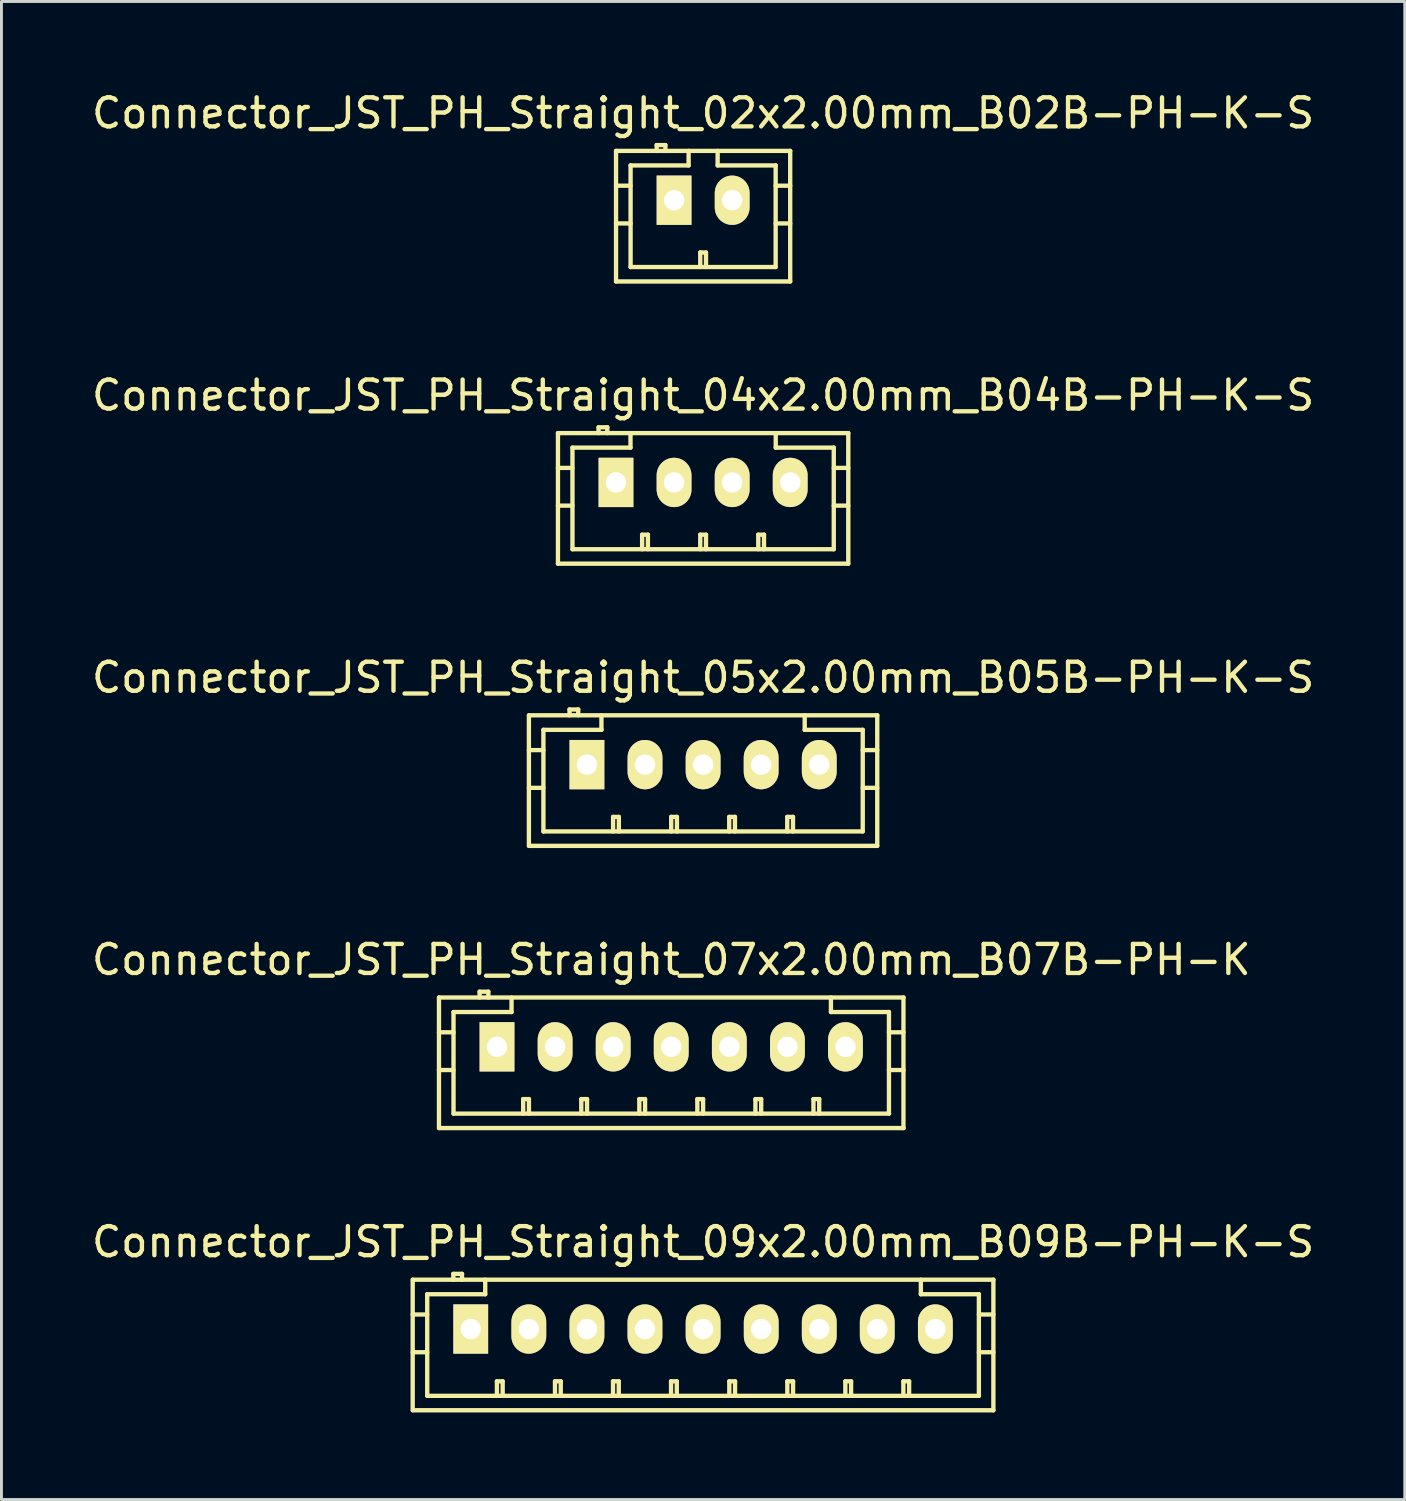
<source format=kicad_pcb>
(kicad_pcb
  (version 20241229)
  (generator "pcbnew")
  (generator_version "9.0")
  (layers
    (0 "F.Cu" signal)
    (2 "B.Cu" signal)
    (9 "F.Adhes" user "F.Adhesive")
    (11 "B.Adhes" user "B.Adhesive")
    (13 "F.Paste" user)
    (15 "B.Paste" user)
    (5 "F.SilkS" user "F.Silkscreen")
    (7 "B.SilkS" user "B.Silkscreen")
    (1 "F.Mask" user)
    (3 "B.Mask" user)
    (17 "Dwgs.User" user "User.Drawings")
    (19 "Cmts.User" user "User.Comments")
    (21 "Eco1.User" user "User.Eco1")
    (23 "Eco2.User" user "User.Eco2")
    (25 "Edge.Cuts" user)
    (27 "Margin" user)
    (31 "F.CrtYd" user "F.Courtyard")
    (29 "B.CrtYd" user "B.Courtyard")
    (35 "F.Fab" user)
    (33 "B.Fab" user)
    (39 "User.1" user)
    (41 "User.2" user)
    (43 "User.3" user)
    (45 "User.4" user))
  (footprint "Connector_JST_PH_Straight_04x2.00mm_B04B-PH-K-S"
    (layer "F.Cu")
    (at 18.173 13.57)
    (property "Reference" "Connector_JST_PH_Straight_04x2.00mm_B04B-PH-K-S" (at 3 -3 0) (layer "F.SilkS") (effects (font (size 1 1) (thickness 0.15))))
    (attr through_hole)
    (fp_line (start -2.001 -1.699) (end -2.001 2.799) (stroke (width 0.15) (type solid)) (layer "F.SilkS"))
    (fp_line (start -2.001 -1.699) (end 8.001 -1.699) (stroke (width 0.15) (type solid)) (layer "F.SilkS"))
    (fp_line (start -2.001 2.799) (end 8.001 2.799) (stroke (width 0.15) (type solid)) (layer "F.SilkS"))
    (fp_line (start -1.501 -1.199) (end -1.501 2.301) (stroke (width 0.15) (type solid)) (layer "F.SilkS"))
    (fp_line (start -1.501 -0.5) (end -2.001 -0.5) (stroke (width 0.15) (type solid)) (layer "F.SilkS"))
    (fp_line (start -1.501 0.8) (end -2.001 0.8) (stroke (width 0.15) (type solid)) (layer "F.SilkS"))
    (fp_line (start -0.602 -1.9) (end -0.602 -1.699) (stroke (width 0.15) (type solid)) (layer "F.SilkS"))
    (fp_line (start -0.302 -1.9) (end -0.602 -1.9) (stroke (width 0.15) (type solid)) (layer "F.SilkS"))
    (fp_line (start -0.302 -1.699) (end -0.302 -1.9) (stroke (width 0.15) (type solid)) (layer "F.SilkS"))
    (fp_line (start 0.498 -1.699) (end 0.498 -1.199) (stroke (width 0.15) (type solid)) (layer "F.SilkS"))
    (fp_line (start 0.498 -1.199) (end -1.501 -1.199) (stroke (width 0.15) (type solid)) (layer "F.SilkS"))
    (fp_line (start 0.899 1.801) (end 1.098 1.801) (stroke (width 0.15) (type solid)) (layer "F.SilkS"))
    (fp_line (start 0.899 2.301) (end 0.899 1.801) (stroke (width 0.15) (type solid)) (layer "F.SilkS"))
    (fp_line (start 1.098 1.801) (end 1.098 2.301) (stroke (width 0.15) (type solid)) (layer "F.SilkS"))
    (fp_line (start 2.901 1.801) (end 3.099 1.801) (stroke (width 0.15) (type solid)) (layer "F.SilkS"))
    (fp_line (start 2.901 2.301) (end 2.901 1.801) (stroke (width 0.15) (type solid)) (layer "F.SilkS"))
    (fp_line (start 3.099 1.801) (end 3.099 2.301) (stroke (width 0.15) (type solid)) (layer "F.SilkS"))
    (fp_line (start 4.9 1.801) (end 5.098 1.801) (stroke (width 0.15) (type solid)) (layer "F.SilkS"))
    (fp_line (start 4.9 2.301) (end 4.9 1.801) (stroke (width 0.15) (type solid)) (layer "F.SilkS"))
    (fp_line (start 5.098 1.801) (end 5.098 2.301) (stroke (width 0.15) (type solid)) (layer "F.SilkS"))
    (fp_line (start 5.502 -1.199) (end 5.502 -1.699) (stroke (width 0.15) (type solid)) (layer "F.SilkS"))
    (fp_line (start 7.501 -1.199) (end 5.502 -1.199) (stroke (width 0.15) (type solid)) (layer "F.SilkS"))
    (fp_line (start 7.501 0.8) (end 8.001 0.8) (stroke (width 0.15) (type solid)) (layer "F.SilkS"))
    (fp_line (start 7.501 2.301) (end -1.501 2.301) (stroke (width 0.15) (type solid)) (layer "F.SilkS"))
    (fp_line (start 7.501 2.301) (end 7.501 -1.199) (stroke (width 0.15) (type solid)) (layer "F.SilkS"))
    (fp_line (start 8.001 -1.699) (end 8.001 2.799) (stroke (width 0.15) (type solid)) (layer "F.SilkS"))
    (fp_line (start 8.001 -0.5) (end 7.501 -0.5) (stroke (width 0.15) (type solid)) (layer "F.SilkS"))
    (pad "1" thru_hole rect (at -0.002 0) (size 1.199 1.699) (drill 0.701) (layers "*.Cu" "*.Mask" "F.SilkS"))
    (pad "2" thru_hole oval (at 1.999 0) (size 1.199 1.699) (drill 0.701) (layers "*.Cu" "*.Mask" "F.SilkS"))
    (pad "3" thru_hole oval (at 4.001 0) (size 1.199 1.699) (drill 0.701) (layers "*.Cu" "*.Mask" "F.SilkS"))
    (pad "4" thru_hole oval (at 6 0) (size 1.199 1.699) (drill 0.701) (layers "*.Cu" "*.Mask" "F.SilkS")))
  (footprint "Connector_JST_PH_Straight_07x2.00mm_B07B-PH-K"
    (layer "F.Cu")
    (at 14.077 33.014)
    (property "Reference" "Connector_JST_PH_Straight_07x2.00mm_B07B-PH-K" (at 6 -3 0) (layer "F.SilkS") (effects (font (size 1 1) (thickness 0.15))))
    (attr through_hole)
    (fp_line (start -2.004 -1.699) (end -2.004 2.799) (stroke (width 0.15) (type solid)) (layer "F.SilkS"))
    (fp_line (start -2.001 -1.699) (end 14.001 -1.699) (stroke (width 0.15) (type solid)) (layer "F.SilkS"))
    (fp_line (start -2.001 2.799) (end 14.001 2.799) (stroke (width 0.15) (type solid)) (layer "F.SilkS"))
    (fp_line (start -1.503 -1.199) (end -1.503 2.301) (stroke (width 0.15) (type solid)) (layer "F.SilkS"))
    (fp_line (start -1.503 -0.5) (end -2.004 -0.5) (stroke (width 0.15) (type solid)) (layer "F.SilkS"))
    (fp_line (start -1.503 0.8) (end -2.004 0.8) (stroke (width 0.15) (type solid)) (layer "F.SilkS"))
    (fp_line (start -0.604 -1.9) (end -0.604 -1.699) (stroke (width 0.15) (type solid)) (layer "F.SilkS"))
    (fp_line (start -0.304 -1.9) (end -0.604 -1.9) (stroke (width 0.15) (type solid)) (layer "F.SilkS"))
    (fp_line (start -0.304 -1.699) (end -0.304 -1.9) (stroke (width 0.15) (type solid)) (layer "F.SilkS"))
    (fp_line (start 0.496 -1.699) (end 0.496 -1.199) (stroke (width 0.15) (type solid)) (layer "F.SilkS"))
    (fp_line (start 0.496 -1.199) (end -1.503 -1.199) (stroke (width 0.15) (type solid)) (layer "F.SilkS"))
    (fp_line (start 0.897 1.801) (end 1.095 1.801) (stroke (width 0.15) (type solid)) (layer "F.SilkS"))
    (fp_line (start 0.897 2.301) (end 0.897 1.801) (stroke (width 0.15) (type solid)) (layer "F.SilkS"))
    (fp_line (start 1.095 1.801) (end 1.095 2.301) (stroke (width 0.15) (type solid)) (layer "F.SilkS"))
    (fp_line (start 2.899 1.801) (end 3.097 1.801) (stroke (width 0.15) (type solid)) (layer "F.SilkS"))
    (fp_line (start 2.899 2.301) (end 2.899 1.801) (stroke (width 0.15) (type solid)) (layer "F.SilkS"))
    (fp_line (start 3.097 1.801) (end 3.097 2.301) (stroke (width 0.15) (type solid)) (layer "F.SilkS"))
    (fp_line (start 4.898 1.801) (end 5.096 1.801) (stroke (width 0.15) (type solid)) (layer "F.SilkS"))
    (fp_line (start 4.898 2.301) (end 4.898 1.801) (stroke (width 0.15) (type solid)) (layer "F.SilkS"))
    (fp_line (start 5.096 1.801) (end 5.096 2.301) (stroke (width 0.15) (type solid)) (layer "F.SilkS"))
    (fp_line (start 6.897 1.801) (end 7.095 1.801) (stroke (width 0.15) (type solid)) (layer "F.SilkS"))
    (fp_line (start 6.897 2.301) (end 6.897 1.801) (stroke (width 0.15) (type solid)) (layer "F.SilkS"))
    (fp_line (start 7.095 1.801) (end 7.095 2.301) (stroke (width 0.15) (type solid)) (layer "F.SilkS"))
    (fp_line (start 8.898 1.801) (end 9.096 1.801) (stroke (width 0.15) (type solid)) (layer "F.SilkS"))
    (fp_line (start 8.898 2.301) (end 8.898 1.801) (stroke (width 0.15) (type solid)) (layer "F.SilkS"))
    (fp_line (start 9.096 1.801) (end 9.096 2.301) (stroke (width 0.15) (type solid)) (layer "F.SilkS"))
    (fp_line (start 10.897 1.801) (end 11.095 1.801) (stroke (width 0.15) (type solid)) (layer "F.SilkS"))
    (fp_line (start 10.897 2.301) (end 10.897 1.801) (stroke (width 0.15) (type solid)) (layer "F.SilkS"))
    (fp_line (start 11.095 1.801) (end 11.095 2.301) (stroke (width 0.15) (type solid)) (layer "F.SilkS"))
    (fp_line (start 11.499 -1.199) (end 11.499 -1.699) (stroke (width 0.15) (type solid)) (layer "F.SilkS"))
    (fp_line (start 13.498 -1.199) (end 11.499 -1.199) (stroke (width 0.15) (type solid)) (layer "F.SilkS"))
    (fp_line (start 13.498 0.8) (end 13.998 0.8) (stroke (width 0.15) (type solid)) (layer "F.SilkS"))
    (fp_line (start 13.498 2.301) (end 13.498 -1.199) (stroke (width 0.15) (type solid)) (layer "F.SilkS"))
    (fp_line (start 13.501 2.301) (end -1.501 2.301) (stroke (width 0.15) (type solid)) (layer "F.SilkS"))
    (fp_line (start 13.998 -1.699) (end 13.998 2.799) (stroke (width 0.15) (type solid)) (layer "F.SilkS"))
    (fp_line (start 13.998 -0.5) (end 13.498 -0.5) (stroke (width 0.15) (type solid)) (layer "F.SilkS"))
    (pad "1" thru_hole rect (at -0.005 0) (size 1.199 1.699) (drill 0.701) (layers "*.Cu" "*.Mask" "F.SilkS"))
    (pad "2" thru_hole oval (at 1.997 0) (size 1.199 1.699) (drill 0.701) (layers "*.Cu" "*.Mask" "F.SilkS"))
    (pad "3" thru_hole oval (at 3.998 0) (size 1.199 1.699) (drill 0.701) (layers "*.Cu" "*.Mask" "F.SilkS"))
    (pad "4" thru_hole oval (at 5.997 0) (size 1.199 1.699) (drill 0.701) (layers "*.Cu" "*.Mask" "F.SilkS"))
    (pad "5" thru_hole oval (at 7.999 0) (size 1.199 1.699) (drill 0.701) (layers "*.Cu" "*.Mask" "F.SilkS"))
    (pad "6" thru_hole oval (at 10.001 0) (size 1.199 1.699) (drill 0.701) (layers "*.Cu" "*.Mask" "F.SilkS"))
    (pad "7" thru_hole oval (at 11.999 0) (size 1.199 1.699) (drill 0.701) (layers "*.Cu" "*.Mask" "F.SilkS")))
  (footprint "Connector_JST_PH_Straight_09x2.00mm_B09B-PH-K-S"
    (layer "F.Cu")
    (at 13.173 42.736)
    (property "Reference" "Connector_JST_PH_Straight_09x2.00mm_B09B-PH-K-S" (at 8 -3 0) (layer "F.SilkS") (effects (font (size 1 1) (thickness 0.15))))
    (attr through_hole)
    (fp_line (start -2.005 -1.699) (end -2.005 2.799) (stroke (width 0.15) (type solid)) (layer "F.SilkS"))
    (fp_line (start -1.505 -1.199) (end -1.505 2.301) (stroke (width 0.15) (type solid)) (layer "F.SilkS"))
    (fp_line (start -1.505 -0.5) (end -2.005 -0.5) (stroke (width 0.15) (type solid)) (layer "F.SilkS"))
    (fp_line (start -1.505 0.8) (end -2.005 0.8) (stroke (width 0.15) (type solid)) (layer "F.SilkS"))
    (fp_line (start -1.5 2.301) (end 17.5 2.301) (stroke (width 0.15) (type solid)) (layer "F.SilkS"))
    (fp_line (start -0.606 -1.9) (end -0.606 -1.699) (stroke (width 0.15) (type solid)) (layer "F.SilkS"))
    (fp_line (start -0.306 -1.9) (end -0.606 -1.9) (stroke (width 0.15) (type solid)) (layer "F.SilkS"))
    (fp_line (start -0.306 -1.699) (end -0.306 -1.9) (stroke (width 0.15) (type solid)) (layer "F.SilkS"))
    (fp_line (start 0.494 -1.699) (end 0.494 -1.199) (stroke (width 0.15) (type solid)) (layer "F.SilkS"))
    (fp_line (start 0.494 -1.199) (end -1.505 -1.199) (stroke (width 0.15) (type solid)) (layer "F.SilkS"))
    (fp_line (start 0.896 1.801) (end 1.094 1.801) (stroke (width 0.15) (type solid)) (layer "F.SilkS"))
    (fp_line (start 0.896 2.301) (end 0.896 1.801) (stroke (width 0.15) (type solid)) (layer "F.SilkS"))
    (fp_line (start 1.094 1.801) (end 1.094 2.301) (stroke (width 0.15) (type solid)) (layer "F.SilkS"))
    (fp_line (start 2.897 1.801) (end 3.095 1.801) (stroke (width 0.15) (type solid)) (layer "F.SilkS"))
    (fp_line (start 2.897 2.301) (end 2.897 1.801) (stroke (width 0.15) (type solid)) (layer "F.SilkS"))
    (fp_line (start 3.095 1.801) (end 3.095 2.301) (stroke (width 0.15) (type solid)) (layer "F.SilkS"))
    (fp_line (start 4.896 1.801) (end 5.094 1.801) (stroke (width 0.15) (type solid)) (layer "F.SilkS"))
    (fp_line (start 4.896 2.301) (end 4.896 1.801) (stroke (width 0.15) (type solid)) (layer "F.SilkS"))
    (fp_line (start 5.094 1.801) (end 5.094 2.301) (stroke (width 0.15) (type solid)) (layer "F.SilkS"))
    (fp_line (start 6.895 1.801) (end 7.093 1.801) (stroke (width 0.15) (type solid)) (layer "F.SilkS"))
    (fp_line (start 6.895 2.301) (end 6.895 1.801) (stroke (width 0.15) (type solid)) (layer "F.SilkS"))
    (fp_line (start 7.093 1.801) (end 7.093 2.301) (stroke (width 0.15) (type solid)) (layer "F.SilkS"))
    (fp_line (start 8.902 1.801) (end 9.1 1.801) (stroke (width 0.15) (type solid)) (layer "F.SilkS"))
    (fp_line (start 8.902 2.301) (end 8.902 1.801) (stroke (width 0.15) (type solid)) (layer "F.SilkS"))
    (fp_line (start 9.1 1.801) (end 9.1 2.301) (stroke (width 0.15) (type solid)) (layer "F.SilkS"))
    (fp_line (start 10.901 1.801) (end 11.099 1.801) (stroke (width 0.15) (type solid)) (layer "F.SilkS"))
    (fp_line (start 10.901 2.301) (end 10.901 1.801) (stroke (width 0.15) (type solid)) (layer "F.SilkS"))
    (fp_line (start 11.099 1.801) (end 11.099 2.301) (stroke (width 0.15) (type solid)) (layer "F.SilkS"))
    (fp_line (start 12.9 1.801) (end 13.098 1.801) (stroke (width 0.15) (type solid)) (layer "F.SilkS"))
    (fp_line (start 12.9 2.301) (end 12.9 1.801) (stroke (width 0.15) (type solid)) (layer "F.SilkS"))
    (fp_line (start 13.098 1.801) (end 13.098 2.301) (stroke (width 0.15) (type solid)) (layer "F.SilkS"))
    (fp_line (start 14.899 1.801) (end 15.097 1.801) (stroke (width 0.15) (type solid)) (layer "F.SilkS"))
    (fp_line (start 14.899 2.301) (end 14.899 1.801) (stroke (width 0.15) (type solid)) (layer "F.SilkS"))
    (fp_line (start 15.097 1.801) (end 15.097 2.301) (stroke (width 0.15) (type solid)) (layer "F.SilkS"))
    (fp_line (start 15.501 -1.199) (end 15.501 -1.699) (stroke (width 0.15) (type solid)) (layer "F.SilkS"))
    (fp_line (start 17.5 -1.199) (end 15.501 -1.199) (stroke (width 0.15) (type solid)) (layer "F.SilkS"))
    (fp_line (start 17.5 0.8) (end 18 0.8) (stroke (width 0.15) (type solid)) (layer "F.SilkS"))
    (fp_line (start 17.5 2.301) (end 17.5 -1.199) (stroke (width 0.15) (type solid)) (layer "F.SilkS"))
    (fp_line (start 18 -1.699) (end -2 -1.699) (stroke (width 0.15) (type solid)) (layer "F.SilkS"))
    (fp_line (start 18 -1.699) (end 18 2.799) (stroke (width 0.15) (type solid)) (layer "F.SilkS"))
    (fp_line (start 18 -0.5) (end 17.5 -0.5) (stroke (width 0.15) (type solid)) (layer "F.SilkS"))
    (fp_line (start 18 2.799) (end -2 2.799) (stroke (width 0.15) (type solid)) (layer "F.SilkS"))
    (pad "1" thru_hole rect (at -0.006 0) (size 1.199 1.699) (drill 0.701) (layers "*.Cu" "*.Mask" "F.SilkS"))
    (pad "2" thru_hole oval (at 1.995 0) (size 1.199 1.699) (drill 0.701) (layers "*.Cu" "*.Mask" "F.SilkS"))
    (pad "3" thru_hole oval (at 3.997 0) (size 1.199 1.699) (drill 0.701) (layers "*.Cu" "*.Mask" "F.SilkS"))
    (pad "4" thru_hole oval (at 5.996 0) (size 1.199 1.699) (drill 0.701) (layers "*.Cu" "*.Mask" "F.SilkS"))
    (pad "5" thru_hole oval (at 8 0) (size 1.199 1.699) (drill 0.701) (layers "*.Cu" "*.Mask" "F.SilkS"))
    (pad "6" thru_hole oval (at 10.002 0) (size 1.199 1.699) (drill 0.701) (layers "*.Cu" "*.Mask" "F.SilkS"))
    (pad "7" thru_hole oval (at 12.001 0) (size 1.199 1.699) (drill 0.701) (layers "*.Cu" "*.Mask" "F.SilkS"))
    (pad "8" thru_hole oval (at 13.999 0) (size 1.199 1.699) (drill 0.701) (layers "*.Cu" "*.Mask" "F.SilkS"))
    (pad "9" thru_hole oval (at 16.001 0) (size 1.199 1.699) (drill 0.701) (layers "*.Cu" "*.Mask" "F.SilkS")))
  (footprint "Connector_JST_PH_Straight_02x2.00mm_B02B-PH-K-S"
    (layer "F.Cu")
    (at 20.173 3.848)
    (property "Reference" "Connector_JST_PH_Straight_02x2.00mm_B02B-PH-K-S" (at 1 -3 0) (layer "F.SilkS") (effects (font (size 1 1) (thickness 0.15))))
    (attr through_hole)
    (fp_line (start -2 -1.699) (end -2 2.799) (stroke (width 0.15) (type solid)) (layer "F.SilkS"))
    (fp_line (start -2 2.799) (end 4 2.799) (stroke (width 0.15) (type solid)) (layer "F.SilkS"))
    (fp_line (start -1.499 -1.199) (end -1.499 2.301) (stroke (width 0.15) (type solid)) (layer "F.SilkS"))
    (fp_line (start -1.499 -0.5) (end -2 -0.5) (stroke (width 0.15) (type solid)) (layer "F.SilkS"))
    (fp_line (start -1.499 0.8) (end -2 0.8) (stroke (width 0.15) (type solid)) (layer "F.SilkS"))
    (fp_line (start -1.499 2.301) (end 3.499 2.301) (stroke (width 0.15) (type solid)) (layer "F.SilkS"))
    (fp_line (start -0.6 -1.9) (end -0.6 -1.699) (stroke (width 0.15) (type solid)) (layer "F.SilkS"))
    (fp_line (start -0.3 -1.9) (end -0.6 -1.9) (stroke (width 0.15) (type solid)) (layer "F.SilkS"))
    (fp_line (start -0.3 -1.699) (end -0.3 -1.9) (stroke (width 0.15) (type solid)) (layer "F.SilkS"))
    (fp_line (start 0.5 -1.699) (end 0.5 -1.199) (stroke (width 0.15) (type solid)) (layer "F.SilkS"))
    (fp_line (start 0.5 -1.199) (end -1.499 -1.199) (stroke (width 0.15) (type solid)) (layer "F.SilkS"))
    (fp_line (start 0.901 1.801) (end 1.099 1.801) (stroke (width 0.15) (type solid)) (layer "F.SilkS"))
    (fp_line (start 0.901 2.301) (end 0.901 1.801) (stroke (width 0.15) (type solid)) (layer "F.SilkS"))
    (fp_line (start 1.099 1.801) (end 1.099 2.301) (stroke (width 0.15) (type solid)) (layer "F.SilkS"))
    (fp_line (start 1.5 -1.199) (end 1.5 -1.699) (stroke (width 0.15) (type solid)) (layer "F.SilkS"))
    (fp_line (start 3.499 -1.199) (end 1.5 -1.199) (stroke (width 0.15) (type solid)) (layer "F.SilkS"))
    (fp_line (start 3.499 0.8) (end 4 0.8) (stroke (width 0.15) (type solid)) (layer "F.SilkS"))
    (fp_line (start 3.499 2.301) (end 3.499 -1.199) (stroke (width 0.15) (type solid)) (layer "F.SilkS"))
    (fp_line (start 4 -1.699) (end -2 -1.699) (stroke (width 0.15) (type solid)) (layer "F.SilkS"))
    (fp_line (start 4 -1.699) (end 4 2.799) (stroke (width 0.15) (type solid)) (layer "F.SilkS"))
    (fp_line (start 4 -0.5) (end 3.499 -0.5) (stroke (width 0.15) (type solid)) (layer "F.SilkS"))
    (pad "1" thru_hole rect (at -0.001 0) (size 1.199 1.699) (drill 0.701) (layers "*.Cu" "*.Mask" "F.SilkS"))
    (pad "2" thru_hole oval (at 2.001 0) (size 1.199 1.699) (drill 0.701) (layers "*.Cu" "*.Mask" "F.SilkS")))
  (footprint "Connector_JST_PH_Straight_05x2.00mm_B05B-PH-K-S"
    (layer "F.Cu")
    (at 17.173 23.292)
    (property "Reference" "Connector_JST_PH_Straight_05x2.00mm_B05B-PH-K-S" (at 4 -3 0) (layer "F.SilkS") (effects (font (size 1 1) (thickness 0.15))))
    (attr through_hole)
    (fp_line (start -2.002 -1.699) (end -2.002 2.799) (stroke (width 0.15) (type solid)) (layer "F.SilkS"))
    (fp_line (start -1.502 -1.199) (end -1.502 2.301) (stroke (width 0.15) (type solid)) (layer "F.SilkS"))
    (fp_line (start -1.502 -0.5) (end -2.002 -0.5) (stroke (width 0.15) (type solid)) (layer "F.SilkS"))
    (fp_line (start -1.502 0.8) (end -2.002 0.8) (stroke (width 0.15) (type solid)) (layer "F.SilkS"))
    (fp_line (start -1.499 2.301) (end 9.499 2.301) (stroke (width 0.15) (type solid)) (layer "F.SilkS"))
    (fp_line (start -0.602 -1.9) (end -0.602 -1.699) (stroke (width 0.15) (type solid)) (layer "F.SilkS"))
    (fp_line (start -0.303 -1.9) (end -0.602 -1.9) (stroke (width 0.15) (type solid)) (layer "F.SilkS"))
    (fp_line (start -0.303 -1.699) (end -0.303 -1.9) (stroke (width 0.15) (type solid)) (layer "F.SilkS"))
    (fp_line (start 0.497 -1.699) (end 0.497 -1.199) (stroke (width 0.15) (type solid)) (layer "F.SilkS"))
    (fp_line (start 0.497 -1.199) (end -1.502 -1.199) (stroke (width 0.15) (type solid)) (layer "F.SilkS"))
    (fp_line (start 0.899 1.801) (end 1.097 1.801) (stroke (width 0.15) (type solid)) (layer "F.SilkS"))
    (fp_line (start 0.899 2.301) (end 0.899 1.801) (stroke (width 0.15) (type solid)) (layer "F.SilkS"))
    (fp_line (start 1.097 1.801) (end 1.097 2.301) (stroke (width 0.15) (type solid)) (layer "F.SilkS"))
    (fp_line (start 2.9 1.801) (end 3.098 1.801) (stroke (width 0.15) (type solid)) (layer "F.SilkS"))
    (fp_line (start 2.9 2.301) (end 2.9 1.801) (stroke (width 0.15) (type solid)) (layer "F.SilkS"))
    (fp_line (start 3.098 1.801) (end 3.098 2.301) (stroke (width 0.15) (type solid)) (layer "F.SilkS"))
    (fp_line (start 4.899 1.801) (end 5.097 1.801) (stroke (width 0.15) (type solid)) (layer "F.SilkS"))
    (fp_line (start 4.899 2.301) (end 4.899 1.801) (stroke (width 0.15) (type solid)) (layer "F.SilkS"))
    (fp_line (start 5.097 1.801) (end 5.097 2.301) (stroke (width 0.15) (type solid)) (layer "F.SilkS"))
    (fp_line (start 6.898 1.801) (end 7.096 1.801) (stroke (width 0.15) (type solid)) (layer "F.SilkS"))
    (fp_line (start 6.898 2.301) (end 6.898 1.801) (stroke (width 0.15) (type solid)) (layer "F.SilkS"))
    (fp_line (start 7.096 1.801) (end 7.096 2.301) (stroke (width 0.15) (type solid)) (layer "F.SilkS"))
    (fp_line (start 7.5 -1.199) (end 7.5 -1.699) (stroke (width 0.15) (type solid)) (layer "F.SilkS"))
    (fp_line (start 9.499 -1.199) (end 7.5 -1.199) (stroke (width 0.15) (type solid)) (layer "F.SilkS"))
    (fp_line (start 9.499 0.8) (end 9.999 0.8) (stroke (width 0.15) (type solid)) (layer "F.SilkS"))
    (fp_line (start 9.499 2.301) (end 9.499 -1.199) (stroke (width 0.15) (type solid)) (layer "F.SilkS"))
    (fp_line (start 9.999 -1.699) (end -1.999 -1.699) (stroke (width 0.15) (type solid)) (layer "F.SilkS"))
    (fp_line (start 9.999 -1.699) (end 9.999 2.799) (stroke (width 0.15) (type solid)) (layer "F.SilkS"))
    (fp_line (start 9.999 -0.5) (end 9.499 -0.5) (stroke (width 0.15) (type solid)) (layer "F.SilkS"))
    (fp_line (start 9.999 2.799) (end -1.999 2.799) (stroke (width 0.15) (type solid)) (layer "F.SilkS"))
    (pad "1" thru_hole rect (at -0.003 0) (size 1.199 1.699) (drill 0.701) (layers "*.Cu" "*.Mask" "F.SilkS"))
    (pad "2" thru_hole oval (at 1.998 0) (size 1.199 1.699) (drill 0.701) (layers "*.Cu" "*.Mask" "F.SilkS"))
    (pad "3" thru_hole oval (at 4 0) (size 1.199 1.699) (drill 0.701) (layers "*.Cu" "*.Mask" "F.SilkS"))
    (pad "4" thru_hole oval (at 5.999 0) (size 1.199 1.699) (drill 0.701) (layers "*.Cu" "*.Mask" "F.SilkS"))
    (pad "5" thru_hole oval (at 8.001 0) (size 1.199 1.699) (drill 0.701) (layers "*.Cu" "*.Mask" "F.SilkS")))
  (gr_rect
    (start -3 -3)
    (end 45.345 48.61)
    (stroke (width 0.1) (type default))
    (fill no)
    (layer "Edge.Cuts")))
</source>
